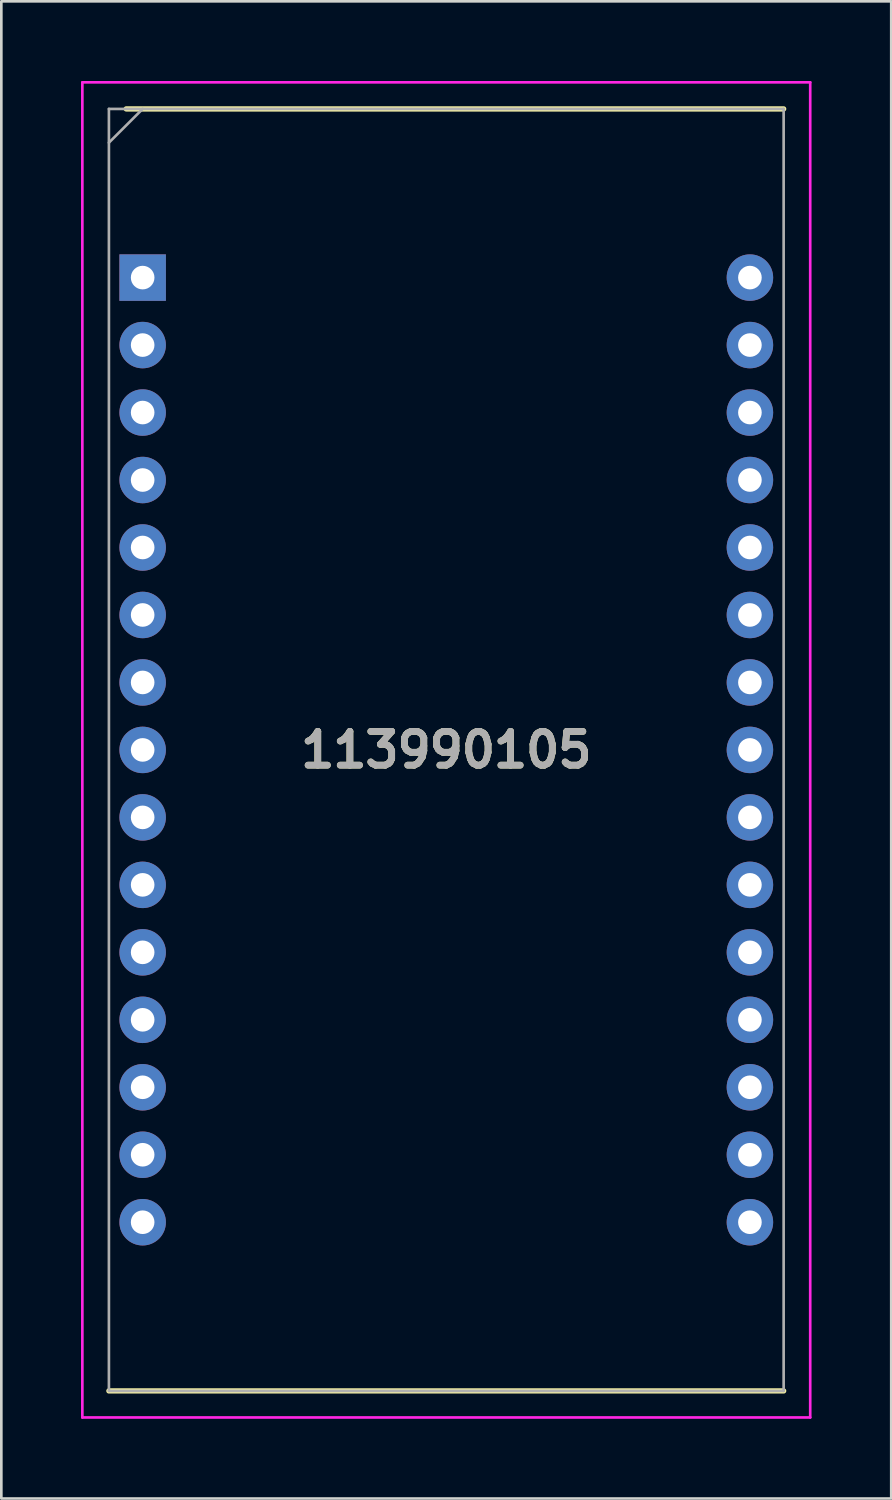
<source format=kicad_pcb>
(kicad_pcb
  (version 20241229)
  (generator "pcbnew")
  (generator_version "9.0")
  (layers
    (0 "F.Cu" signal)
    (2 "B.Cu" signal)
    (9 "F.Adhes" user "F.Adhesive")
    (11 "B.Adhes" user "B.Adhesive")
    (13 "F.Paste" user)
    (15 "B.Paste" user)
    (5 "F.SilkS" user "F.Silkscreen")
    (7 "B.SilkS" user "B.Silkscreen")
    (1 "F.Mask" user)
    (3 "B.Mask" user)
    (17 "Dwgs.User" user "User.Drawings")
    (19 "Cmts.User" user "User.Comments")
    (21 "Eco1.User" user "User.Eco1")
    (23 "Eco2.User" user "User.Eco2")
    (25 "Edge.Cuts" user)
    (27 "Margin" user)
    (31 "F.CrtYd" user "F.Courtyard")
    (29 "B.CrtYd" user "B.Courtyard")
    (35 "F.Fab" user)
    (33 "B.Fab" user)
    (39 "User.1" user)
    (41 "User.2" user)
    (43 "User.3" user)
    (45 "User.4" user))
  (footprint "113990105"
    (layer "F.Cu")
    (at 2.32 7.4)
    (property "Reference" "113990105" (at 11.43 17.78 0) (layer "F.SilkS") (effects (font (size 1.27 1.27) (thickness 0.254))))
    (attr through_hole)
    (fp_line (start -1.27 41.91) (end 24.13 41.91) (stroke (width 0.2) (type solid)) (layer "F.SilkS"))
    (fp_line (start -0.618 -6.35) (end 24.13 -6.35) (stroke (width 0.2) (type solid)) (layer "F.SilkS"))
    (fp_line (start -2.27 -7.35) (end 25.13 -7.35) (stroke (width 0.1) (type solid)) (layer "F.CrtYd"))
    (fp_line (start -2.27 42.91) (end -2.27 -7.35) (stroke (width 0.1) (type solid)) (layer "F.CrtYd"))
    (fp_line (start 25.13 -7.35) (end 25.13 42.91) (stroke (width 0.1) (type solid)) (layer "F.CrtYd"))
    (fp_line (start 25.13 42.91) (end -2.27 42.91) (stroke (width 0.1) (type solid)) (layer "F.CrtYd"))
    (fp_line (start -1.27 -6.35) (end 24.13 -6.35) (stroke (width 0.1) (type solid)) (layer "F.Fab"))
    (fp_line (start -1.27 -5.08) (end 0 -6.35) (stroke (width 0.1) (type solid)) (layer "F.Fab"))
    (fp_line (start -1.27 41.91) (end -1.27 -6.35) (stroke (width 0.1) (type solid)) (layer "F.Fab"))
    (fp_line (start 24.13 -6.35) (end 24.13 41.91) (stroke (width 0.1) (type solid)) (layer "F.Fab"))
    (fp_line (start 24.13 41.91) (end -1.27 41.91) (stroke (width 0.1) (type solid)) (layer "F.Fab"))
    (fp_text user "${REFERENCE}" (at 11.43 17.78 0) (layer "F.Fab") (effects (font (size 1.27 1.27) (thickness 0.254))))
    (pad "" np_thru_hole circle (at 1.02 -4.06) (size 0.001 0.001) (drill 2.92) (layers "*.Cu" "*.Mask"))
    (pad "" np_thru_hole circle (at 1.06 39.62) (size 0.001 0.001) (drill 2.92) (layers "*.Cu" "*.Mask"))
    (pad "" np_thru_hole circle (at 21.8 -4.06) (size 0.001 0.001) (drill 2.92) (layers "*.Cu" "*.Mask"))
    (pad "" np_thru_hole circle (at 21.8 39.62) (size 0.001 0.001) (drill 2.92) (layers "*.Cu" "*.Mask"))
    (pad "1" thru_hole rect (at 0 0) (size 1.75 1.75) (drill 0.889) (layers "*.Cu" "*.Mask"))
    (pad "2" thru_hole circle (at 0 2.54) (size 1.75 1.75) (drill 0.889) (layers "*.Cu" "*.Mask"))
    (pad "3" thru_hole circle (at 0 5.08) (size 1.75 1.75) (drill 0.889) (layers "*.Cu" "*.Mask"))
    (pad "4" thru_hole circle (at 0 7.62) (size 1.75 1.75) (drill 0.889) (layers "*.Cu" "*.Mask"))
    (pad "5" thru_hole circle (at 0 10.16) (size 1.75 1.75) (drill 0.889) (layers "*.Cu" "*.Mask"))
    (pad "6" thru_hole circle (at 0 12.7) (size 1.75 1.75) (drill 0.889) (layers "*.Cu" "*.Mask"))
    (pad "7" thru_hole circle (at 0 15.24) (size 1.75 1.75) (drill 0.889) (layers "*.Cu" "*.Mask"))
    (pad "8" thru_hole circle (at 0 17.78) (size 1.75 1.75) (drill 0.889) (layers "*.Cu" "*.Mask"))
    (pad "9" thru_hole circle (at 0 20.32) (size 1.75 1.75) (drill 0.889) (layers "*.Cu" "*.Mask"))
    (pad "10" thru_hole circle (at 0 22.86) (size 1.75 1.75) (drill 0.889) (layers "*.Cu" "*.Mask"))
    (pad "11" thru_hole circle (at 0 25.4) (size 1.75 1.75) (drill 0.889) (layers "*.Cu" "*.Mask"))
    (pad "12" thru_hole circle (at 0 27.94) (size 1.75 1.75) (drill 0.889) (layers "*.Cu" "*.Mask"))
    (pad "13" thru_hole circle (at 0 30.48) (size 1.75 1.75) (drill 0.889) (layers "*.Cu" "*.Mask"))
    (pad "14" thru_hole circle (at 0 33.02) (size 1.75 1.75) (drill 0.889) (layers "*.Cu" "*.Mask"))
    (pad "15" thru_hole circle (at 0 35.56) (size 1.75 1.75) (drill 0.889) (layers "*.Cu" "*.Mask"))
    (pad "16" thru_hole circle (at 22.86 35.56) (size 1.75 1.75) (drill 0.889) (layers "*.Cu" "*.Mask"))
    (pad "17" thru_hole circle (at 22.86 33.02) (size 1.75 1.75) (drill 0.889) (layers "*.Cu" "*.Mask"))
    (pad "18" thru_hole circle (at 22.86 30.48) (size 1.75 1.75) (drill 0.889) (layers "*.Cu" "*.Mask"))
    (pad "19" thru_hole circle (at 22.86 27.94) (size 1.75 1.75) (drill 0.889) (layers "*.Cu" "*.Mask"))
    (pad "20" thru_hole circle (at 22.86 25.4) (size 1.75 1.75) (drill 0.889) (layers "*.Cu" "*.Mask"))
    (pad "21" thru_hole circle (at 22.86 22.86) (size 1.75 1.75) (drill 0.889) (layers "*.Cu" "*.Mask"))
    (pad "22" thru_hole circle (at 22.86 20.32) (size 1.75 1.75) (drill 0.889) (layers "*.Cu" "*.Mask"))
    (pad "23" thru_hole circle (at 22.86 17.78) (size 1.75 1.75) (drill 0.889) (layers "*.Cu" "*.Mask"))
    (pad "24" thru_hole circle (at 22.86 15.24) (size 1.75 1.75) (drill 0.889) (layers "*.Cu" "*.Mask"))
    (pad "25" thru_hole circle (at 22.86 12.7) (size 1.75 1.75) (drill 0.889) (layers "*.Cu" "*.Mask"))
    (pad "26" thru_hole circle (at 22.86 10.16) (size 1.75 1.75) (drill 0.889) (layers "*.Cu" "*.Mask"))
    (pad "27" thru_hole circle (at 22.86 7.62) (size 1.75 1.75) (drill 0.889) (layers "*.Cu" "*.Mask"))
    (pad "28" thru_hole circle (at 22.86 5.08) (size 1.75 1.75) (drill 0.889) (layers "*.Cu" "*.Mask"))
    (pad "29" thru_hole circle (at 22.86 2.54) (size 1.75 1.75) (drill 0.889) (layers "*.Cu" "*.Mask"))
    (pad "30" thru_hole circle (at 22.86 0) (size 1.75 1.75) (drill 0.889) (layers "*.Cu" "*.Mask")))
  (gr_rect
    (start -3 -3)
    (end 30.5 53.36)
    (stroke (width 0.1) (type default))
    (fill no)
    (layer "Edge.Cuts")))
</source>
